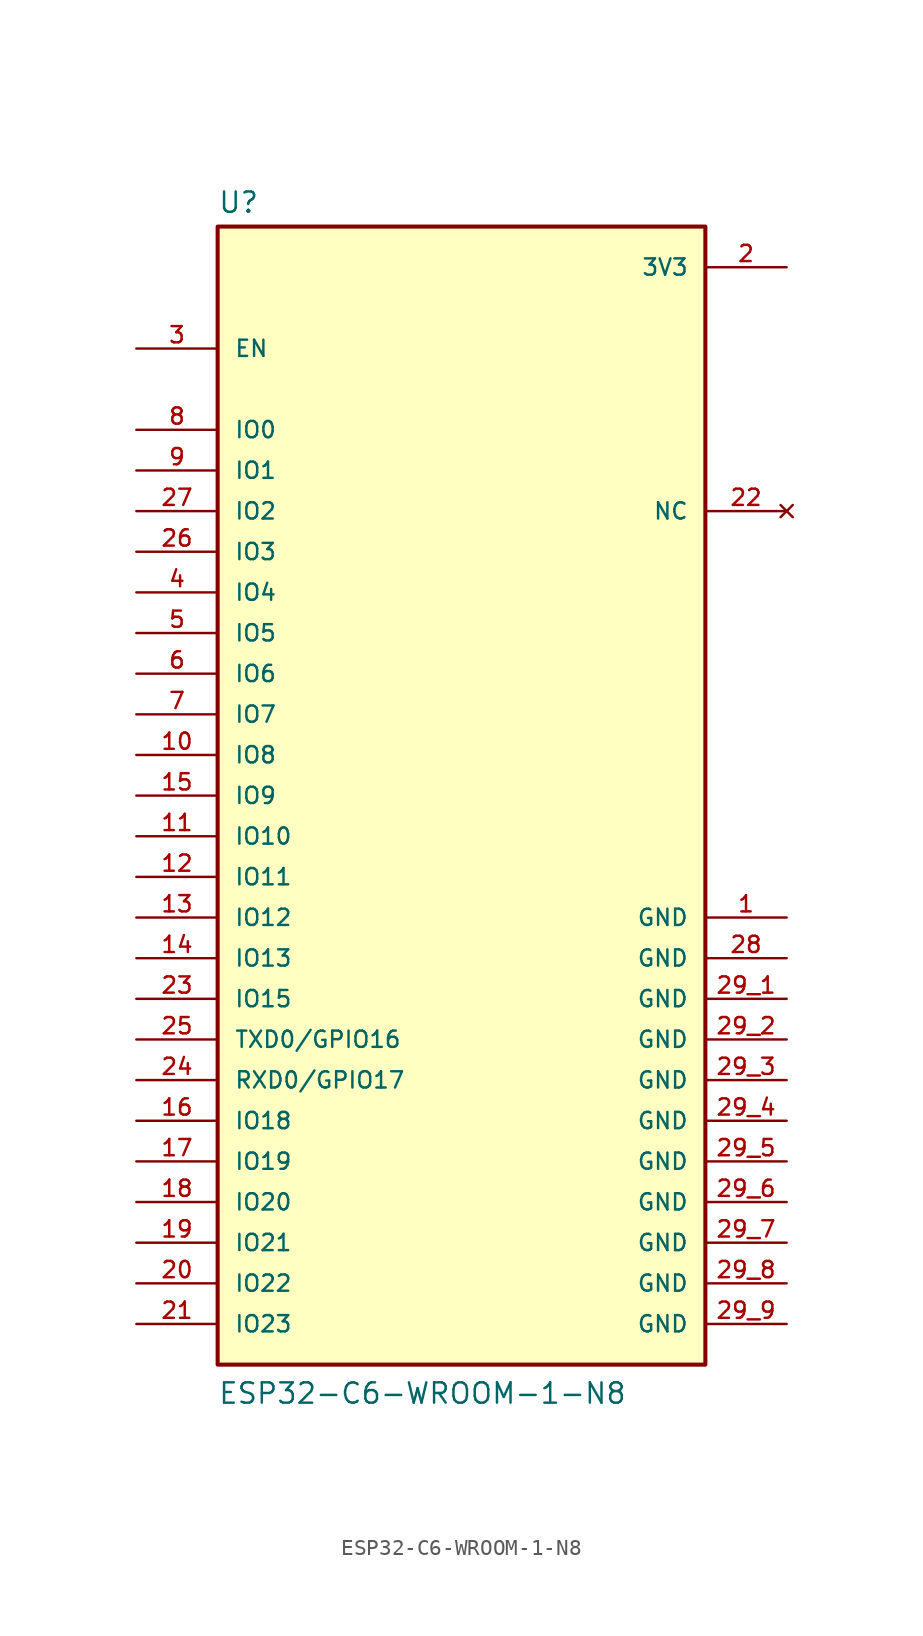
<source format=kicad_sym>
(kicad_symbol_lib
  (version 20231120)
  (generator "kicad_symbol_editor")
  (generator_version "8.0")
  (symbol "ESP32-C6-WROOM-1-N8"
    (pin_names
      (offset 1.016))
    (property "Reference" "U"
      (at -15.24 23.622 0)
      (effects (font (size 1.27 1.27)) (justify left bottom)))
    (property "Value" "ESP32-C6-WROOM-1-N8"
      (at -15.24 -50.8 0)
      (effects (font (size 1.27 1.27)) (justify left bottom)))
    (symbol "ESP32-C6-WROOM-1-N8_0_0"
      (rectangle (start -15.24 22.86) (end 15.24 -48.26) (stroke (width 0.254) (type default)) (fill (type background)))
      (pin power_in line (at 20.32 -20.32 180) (length 5.08) (name "GND" (effects (font (size 1.016 1.016)))) (number "1" (effects (font (size 1.016 1.016)))))
      (pin bidirectional line (at -20.32 -10.16 0) (length 5.08) (name "IO8" (effects (font (size 1.016 1.016)))) (number "10" (effects (font (size 1.016 1.016)))))
      (pin bidirectional line (at -20.32 -15.24 0) (length 5.08) (name "IO10" (effects (font (size 1.016 1.016)))) (number "11" (effects (font (size 1.016 1.016)))))
      (pin bidirectional line (at -20.32 -17.78 0) (length 5.08) (name "IO11" (effects (font (size 1.016 1.016)))) (number "12" (effects (font (size 1.016 1.016)))))
      (pin bidirectional line (at -20.32 -20.32 0) (length 5.08) (name "IO12" (effects (font (size 1.016 1.016)))) (number "13" (effects (font (size 1.016 1.016)))))
      (pin bidirectional line (at -20.32 -22.86 0) (length 5.08) (name "IO13" (effects (font (size 1.016 1.016)))) (number "14" (effects (font (size 1.016 1.016)))))
      (pin bidirectional line (at -20.32 -12.7 0) (length 5.08) (name "IO9" (effects (font (size 1.016 1.016)))) (number "15" (effects (font (size 1.016 1.016)))))
      (pin bidirectional line (at -20.32 -33.02 0) (length 5.08) (name "IO18" (effects (font (size 1.016 1.016)))) (number "16" (effects (font (size 1.016 1.016)))))
      (pin bidirectional line (at -20.32 -35.56 0) (length 5.08) (name "IO19" (effects (font (size 1.016 1.016)))) (number "17" (effects (font (size 1.016 1.016)))))
      (pin bidirectional line (at -20.32 -38.1 0) (length 5.08) (name "IO20" (effects (font (size 1.016 1.016)))) (number "18" (effects (font (size 1.016 1.016)))))
      (pin bidirectional line (at -20.32 -40.64 0) (length 5.08) (name "IO21" (effects (font (size 1.016 1.016)))) (number "19" (effects (font (size 1.016 1.016)))))
      (pin power_in line (at 20.32 20.32 180) (length 5.08) (name "3V3" (effects (font (size 1.016 1.016)))) (number "2" (effects (font (size 1.016 1.016)))))
      (pin bidirectional line (at -20.32 -43.18 0) (length 5.08) (name "IO22" (effects (font (size 1.016 1.016)))) (number "20" (effects (font (size 1.016 1.016)))))
      (pin bidirectional line (at -20.32 -45.72 0) (length 5.08) (name "IO23" (effects (font (size 1.016 1.016)))) (number "21" (effects (font (size 1.016 1.016)))))
      (pin no_connect line (at 20.32 5.08 180) (length 5.08) (name "NC" (effects (font (size 1.016 1.016)))) (number "22" (effects (font (size 1.016 1.016)))))
      (pin bidirectional line (at -20.32 -25.4 0) (length 5.08) (name "IO15" (effects (font (size 1.016 1.016)))) (number "23" (effects (font (size 1.016 1.016)))))
      (pin bidirectional line (at -20.32 -30.48 0) (length 5.08) (name "RXD0/GPIO17" (effects (font (size 1.016 1.016)))) (number "24" (effects (font (size 1.016 1.016)))))
      (pin bidirectional line (at -20.32 -27.94 0) (length 5.08) (name "TXD0/GPIO16" (effects (font (size 1.016 1.016)))) (number "25" (effects (font (size 1.016 1.016)))))
      (pin bidirectional line (at -20.32 2.54 0) (length 5.08) (name "IO3" (effects (font (size 1.016 1.016)))) (number "26" (effects (font (size 1.016 1.016)))))
      (pin bidirectional line (at -20.32 5.08 0) (length 5.08) (name "IO2" (effects (font (size 1.016 1.016)))) (number "27" (effects (font (size 1.016 1.016)))))
      (pin input line (at -20.32 15.24 0) (length 5.08) (name "EN" (effects (font (size 1.016 1.016)))) (number "3" (effects (font (size 1.016 1.016)))))
      (pin bidirectional line (at -20.32 0 0) (length 5.08) (name "IO4" (effects (font (size 1.016 1.016)))) (number "4" (effects (font (size 1.016 1.016)))))
      (pin bidirectional line (at -20.32 -2.54 0) (length 5.08) (name "IO5" (effects (font (size 1.016 1.016)))) (number "5" (effects (font (size 1.016 1.016)))))
      (pin bidirectional line (at -20.32 -5.08 0) (length 5.08) (name "IO6" (effects (font (size 1.016 1.016)))) (number "6" (effects (font (size 1.016 1.016)))))
      (pin bidirectional line (at -20.32 -7.62 0) (length 5.08) (name "IO7" (effects (font (size 1.016 1.016)))) (number "7" (effects (font (size 1.016 1.016)))))
      (pin bidirectional line (at -20.32 10.16 0) (length 5.08) (name "IO0" (effects (font (size 1.016 1.016)))) (number "8" (effects (font (size 1.016 1.016)))))
      (pin bidirectional line (at -20.32 7.62 0) (length 5.08) (name "IO1" (effects (font (size 1.016 1.016)))) (number "9" (effects (font (size 1.016 1.016))))))
    (symbol "ESP32-C6-WROOM-1-N8_1_0"
      (pin power_in line (at 20.32 -22.86 180) (length 5.08) (name "GND" (effects (font (size 1.016 1.016)))) (number "28" (effects (font (size 1.016 1.016)))))
      (pin power_in line (at 20.32 -25.4 180) (length 5.08) (name "GND" (effects (font (size 1.016 1.016)))) (number "29_1" (effects (font (size 1.016 1.016)))))
      (pin power_in line (at 20.32 -27.94 180) (length 5.08) (name "GND" (effects (font (size 1.016 1.016)))) (number "29_2" (effects (font (size 1.016 1.016)))))
      (pin power_in line (at 20.32 -30.48 180) (length 5.08) (name "GND" (effects (font (size 1.016 1.016)))) (number "29_3" (effects (font (size 1.016 1.016)))))
      (pin power_in line (at 20.32 -33.02 180) (length 5.08) (name "GND" (effects (font (size 1.016 1.016)))) (number "29_4" (effects (font (size 1.016 1.016)))))
      (pin power_in line (at 20.32 -35.56 180) (length 5.08) (name "GND" (effects (font (size 1.016 1.016)))) (number "29_5" (effects (font (size 1.016 1.016)))))
      (pin power_in line (at 20.32 -38.1 180) (length 5.08) (name "GND" (effects (font (size 1.016 1.016)))) (number "29_6" (effects (font (size 1.016 1.016)))))
      (pin power_in line (at 20.32 -40.64 180) (length 5.08) (name "GND" (effects (font (size 1.016 1.016)))) (number "29_7" (effects (font (size 1.016 1.016)))))
      (pin power_in line (at 20.32 -43.18 180) (length 5.08) (name "GND" (effects (font (size 1.016 1.016)))) (number "29_8" (effects (font (size 1.016 1.016)))))
      (pin power_in line (at 20.32 -45.72 180) (length 5.08) (name "GND" (effects (font (size 1.016 1.016)))) (number "29_9" (effects (font (size 1.016 1.016))))))))
</source>
